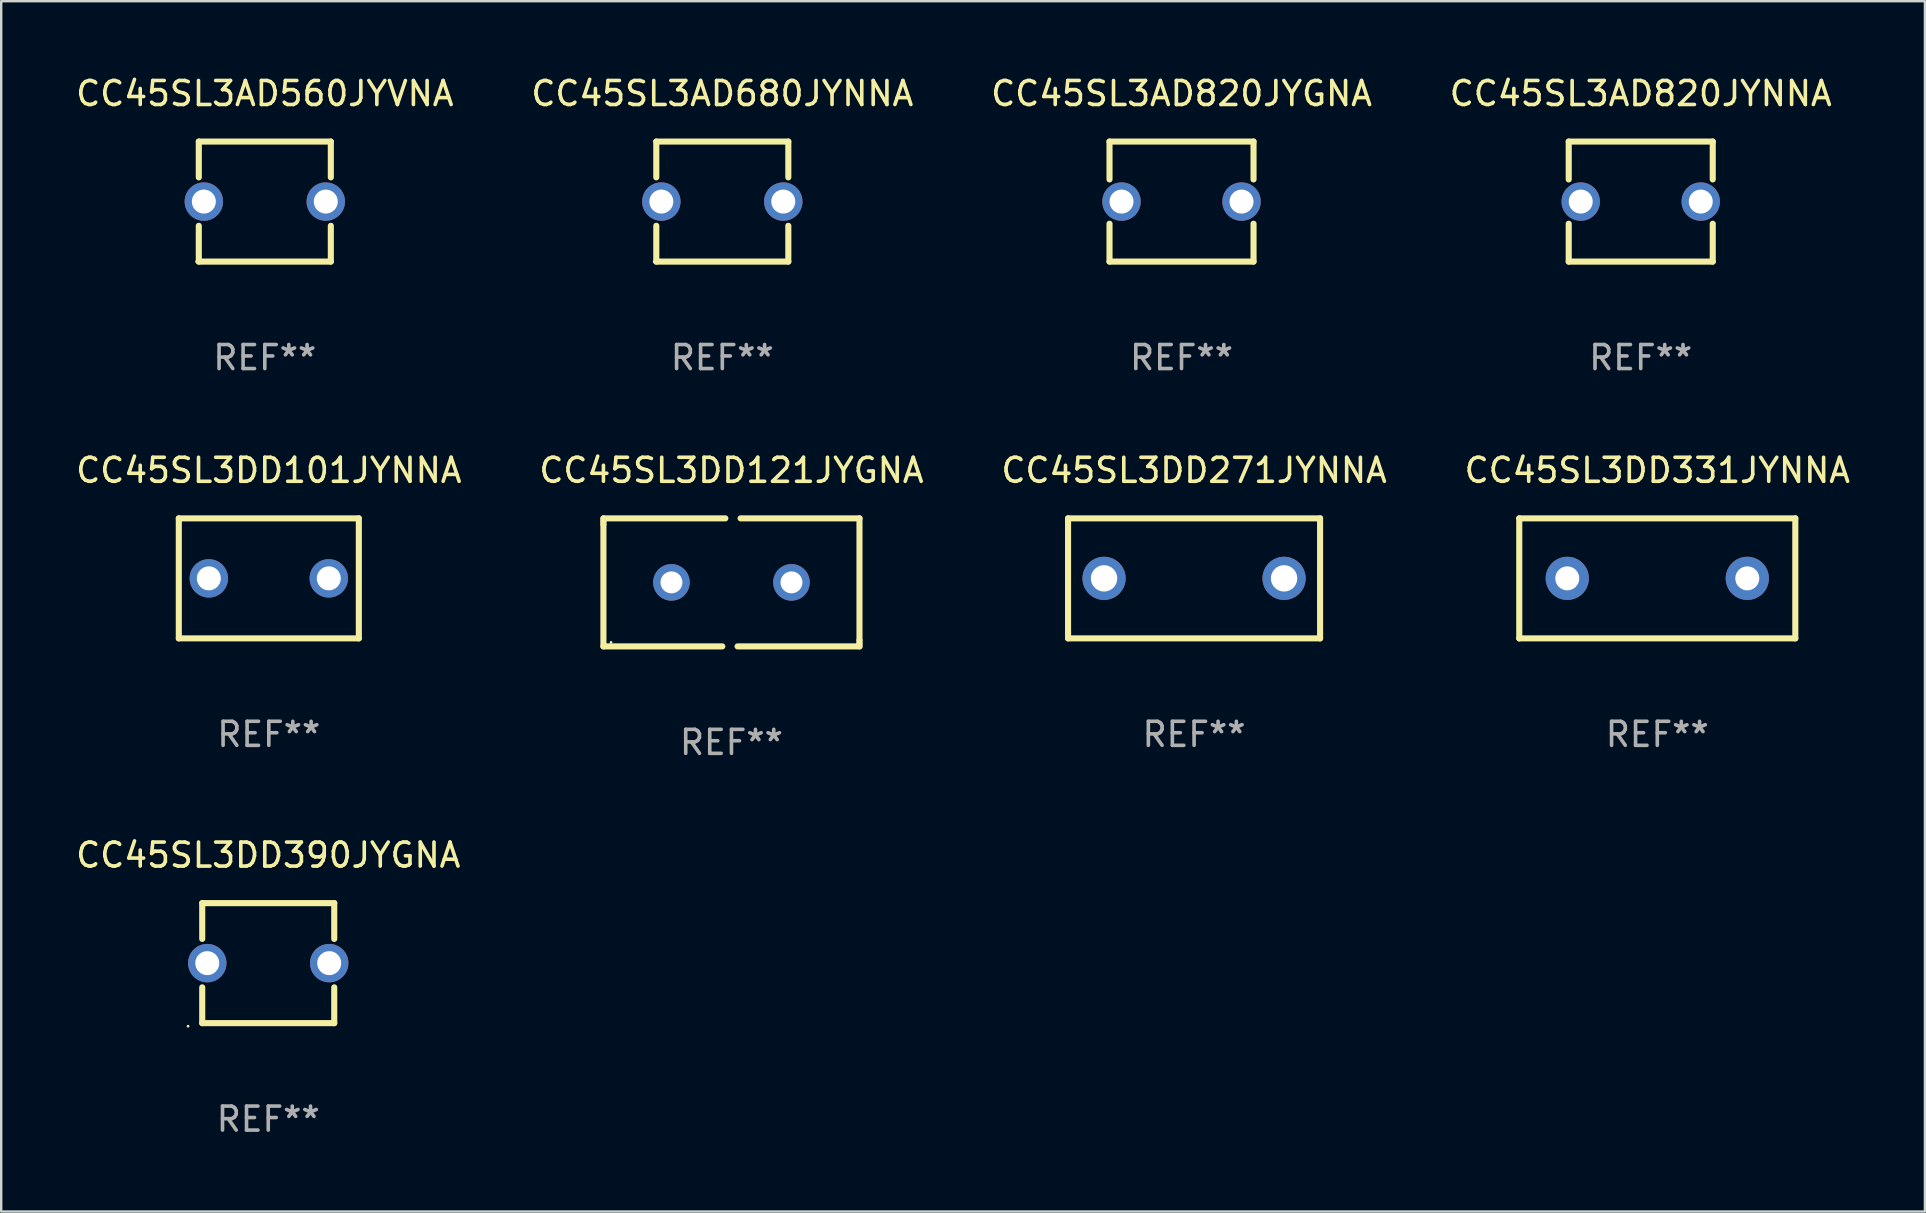
<source format=kicad_pcb>
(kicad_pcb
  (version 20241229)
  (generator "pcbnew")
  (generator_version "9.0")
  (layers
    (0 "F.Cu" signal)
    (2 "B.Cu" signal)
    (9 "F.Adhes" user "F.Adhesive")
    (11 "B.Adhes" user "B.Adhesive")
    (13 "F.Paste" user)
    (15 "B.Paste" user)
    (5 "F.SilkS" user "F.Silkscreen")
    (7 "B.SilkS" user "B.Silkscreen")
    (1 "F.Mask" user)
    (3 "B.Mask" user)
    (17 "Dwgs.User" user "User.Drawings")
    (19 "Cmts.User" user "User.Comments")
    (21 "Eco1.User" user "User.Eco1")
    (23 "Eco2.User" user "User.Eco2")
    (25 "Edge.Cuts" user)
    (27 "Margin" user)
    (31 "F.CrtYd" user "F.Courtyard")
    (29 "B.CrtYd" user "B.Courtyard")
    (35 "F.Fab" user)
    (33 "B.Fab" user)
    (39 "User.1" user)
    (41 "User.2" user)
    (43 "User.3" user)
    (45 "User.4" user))
  (footprint "CC45SL3AD560JYVNA"
    (layer "F.Cu")
    (at 7.982 5.348)
    (property "Reference" "CC45SL3AD560JYVNA" (at 0 -4.5 0) (layer "F.SilkS") (effects (font (size 1 1) (thickness 0.15))))
    (attr through_hole)
    (fp_line (start -2.75 -2.5) (end -2.75 -1.009) (stroke (width 0.254) (type solid)) (layer "F.SilkS"))
    (fp_line (start -2.75 -2.5) (end 2.75 -2.5) (stroke (width 0.254) (type solid)) (layer "F.SilkS"))
    (fp_line (start -2.75 1.009) (end -2.75 2.5) (stroke (width 0.254) (type solid)) (layer "F.SilkS"))
    (fp_line (start -2.75 2.5) (end 2.75 2.5) (stroke (width 0.254) (type solid)) (layer "F.SilkS"))
    (fp_line (start 2.75 -2.5) (end 2.75 -1.009) (stroke (width 0.254) (type solid)) (layer "F.SilkS"))
    (fp_line (start 2.75 1.009) (end 2.75 2.5) (stroke (width 0.254) (type solid)) (layer "F.SilkS"))
    (fp_circle (center -2.84 2.5) (end -2.81 2.5) (stroke (width 0.06) (type solid)) (fill no) (layer "F.SilkS"))
    (fp_text user "REF**" (at 0 6.5 0) (layer "F.Fab") (effects (font (size 1 1) (thickness 0.15))))
    (pad "1" thru_hole circle (at -2.54 0) (size 1.6 1.6) (drill 1) (layers "*.Cu" "*.Mask"))
    (pad "2" thru_hole circle (at 2.54 0) (size 1.6 1.6) (drill 1) (layers "*.Cu" "*.Mask")))
  (footprint "CC45SL3DD121JYGNA"
    (layer "F.Cu")
    (at 27.423 21.212)
    (property "Reference" "CC45SL3DD121JYGNA" (at 0 -4.667 0) (layer "F.SilkS") (effects (font (size 1 1) (thickness 0.15))))
    (attr through_hole)
    (fp_line (start -5.334 -2.667) (end -0.254 -2.667) (stroke (width 0.254) (type solid)) (layer "F.SilkS"))
    (fp_line (start -5.334 -2.54) (end -5.334 -2.667) (stroke (width 0.254) (type solid)) (layer "F.SilkS"))
    (fp_line (start -5.334 -2.413) (end -5.334 -2.54) (stroke (width 0.254) (type solid)) (layer "F.SilkS"))
    (fp_line (start -5.334 2.667) (end -5.334 -2.413) (stroke (width 0.254) (type solid)) (layer "F.SilkS"))
    (fp_line (start -0.381 2.667) (end -5.334 2.667) (stroke (width 0.254) (type solid)) (layer "F.SilkS"))
    (fp_line (start 0.381 -2.667) (end 5.334 -2.667) (stroke (width 0.254) (type solid)) (layer "F.SilkS"))
    (fp_line (start 5.334 -2.667) (end 5.334 2.413) (stroke (width 0.254) (type solid)) (layer "F.SilkS"))
    (fp_line (start 5.334 2.413) (end 5.334 2.54) (stroke (width 0.254) (type solid)) (layer "F.SilkS"))
    (fp_line (start 5.334 2.54) (end 5.334 2.667) (stroke (width 0.254) (type solid)) (layer "F.SilkS"))
    (fp_line (start 5.334 2.667) (end 0.254 2.667) (stroke (width 0.254) (type solid)) (layer "F.SilkS"))
    (fp_circle (center -5.017 2.5) (end -4.987 2.5) (stroke (width 0.06) (type solid)) (fill no) (layer "F.SilkS"))
    (fp_text user "REF**" (at 0 6.667 0) (layer "F.Fab") (effects (font (size 1 1) (thickness 0.15))))
    (pad "1" thru_hole circle (at -2.5 0) (size 1.524 1.524) (drill 0.914) (layers "*.Cu" "*.Mask"))
    (pad "2" thru_hole circle (at 2.5 0) (size 1.524 1.524) (drill 0.914) (layers "*.Cu" "*.Mask")))
  (footprint "CC45SL3AD820JYGNA"
    (layer "F.Cu")
    (at 46.173 5.348)
    (property "Reference" "CC45SL3AD820JYGNA" (at 0 -4.5 0) (layer "F.SilkS") (effects (font (size 1 1) (thickness 0.15))))
    (attr through_hole)
    (fp_line (start -3 -2.5) (end -3 -0.923) (stroke (width 0.254) (type solid)) (layer "F.SilkS"))
    (fp_line (start -3 -2.5) (end 3 -2.5) (stroke (width 0.254) (type solid)) (layer "F.SilkS"))
    (fp_line (start -3 0.923) (end -3 2.5) (stroke (width 0.254) (type solid)) (layer "F.SilkS"))
    (fp_line (start 3 -2.5) (end 3 -0.923) (stroke (width 0.254) (type solid)) (layer "F.SilkS"))
    (fp_line (start 3 0.923) (end 3 2.5) (stroke (width 0.254) (type solid)) (layer "F.SilkS"))
    (fp_line (start 3 2.5) (end -3 2.5) (stroke (width 0.254) (type solid)) (layer "F.SilkS"))
    (fp_circle (center -3 2.5) (end -2.97 2.5) (stroke (width 0.06) (type solid)) (fill no) (layer "F.SilkS"))
    (fp_text user "REF**" (at 0 6.5 0) (layer "F.Fab") (effects (font (size 1 1) (thickness 0.15))))
    (pad "1" thru_hole circle (at -2.5 0) (size 1.6 1.6) (drill 1) (layers "*.Cu" "*.Mask"))
    (pad "2" thru_hole circle (at 2.5 0) (size 1.6 1.6) (drill 1) (layers "*.Cu" "*.Mask")))
  (footprint "CC45SL3AD680JYNNA"
    (layer "F.Cu")
    (at 27.042 5.348)
    (property "Reference" "CC45SL3AD680JYNNA" (at 0 -4.5 0) (layer "F.SilkS") (effects (font (size 1 1) (thickness 0.15))))
    (attr through_hole)
    (fp_line (start -2.75 -2.5) (end -2.75 -1.009) (stroke (width 0.254) (type solid)) (layer "F.SilkS"))
    (fp_line (start -2.75 -2.5) (end 2.75 -2.5) (stroke (width 0.254) (type solid)) (layer "F.SilkS"))
    (fp_line (start -2.75 1.009) (end -2.75 2.5) (stroke (width 0.254) (type solid)) (layer "F.SilkS"))
    (fp_line (start -2.75 2.5) (end 2.75 2.5) (stroke (width 0.254) (type solid)) (layer "F.SilkS"))
    (fp_line (start 2.75 -2.5) (end 2.75 -1.009) (stroke (width 0.254) (type solid)) (layer "F.SilkS"))
    (fp_line (start 2.75 1.009) (end 2.75 2.5) (stroke (width 0.254) (type solid)) (layer "F.SilkS"))
    (fp_circle (center -2.84 2.5) (end -2.81 2.5) (stroke (width 0.06) (type solid)) (fill no) (layer "F.SilkS"))
    (fp_text user "REF**" (at 0 6.5 0) (layer "F.Fab") (effects (font (size 1 1) (thickness 0.15))))
    (pad "1" thru_hole circle (at -2.54 0) (size 1.6 1.6) (drill 1) (layers "*.Cu" "*.Mask"))
    (pad "2" thru_hole circle (at 2.54 0) (size 1.6 1.6) (drill 1) (layers "*.Cu" "*.Mask")))
  (footprint "CC45SL3DD390JYGNA"
    (layer "F.Cu")
    (at 8.125 37.075)
    (property "Reference" "CC45SL3DD390JYGNA" (at 0 -4.5 0) (layer "F.SilkS") (effects (font (size 1 1) (thickness 0.15))))
    (attr through_hole)
    (fp_line (start -2.75 -2.5) (end -2.75 -1.009) (stroke (width 0.254) (type solid)) (layer "F.SilkS"))
    (fp_line (start -2.75 -2.5) (end 2.75 -2.5) (stroke (width 0.254) (type solid)) (layer "F.SilkS"))
    (fp_line (start -2.75 1.009) (end -2.75 2.5) (stroke (width 0.254) (type solid)) (layer "F.SilkS"))
    (fp_line (start -2.75 2.5) (end 2.75 2.5) (stroke (width 0.254) (type solid)) (layer "F.SilkS"))
    (fp_line (start 2.75 -2.5) (end 2.75 -1.009) (stroke (width 0.254) (type solid)) (layer "F.SilkS"))
    (fp_line (start 2.75 1.009) (end 2.75 2.5) (stroke (width 0.254) (type solid)) (layer "F.SilkS"))
    (fp_circle (center -3.34 2.627) (end -3.31 2.627) (stroke (width 0.06) (type solid)) (fill no) (layer "F.SilkS"))
    (fp_text user "REF**" (at 0 6.5 0) (layer "F.Fab") (effects (font (size 1 1) (thickness 0.15))))
    (pad "1" thru_hole circle (at -2.54 0) (size 1.6 1.6) (drill 1) (layers "*.Cu" "*.Mask"))
    (pad "2" thru_hole circle (at 2.54 0) (size 1.6 1.6) (drill 1) (layers "*.Cu" "*.Mask")))
  (footprint "CC45SL3DD271JYNNA"
    (layer "F.Cu")
    (at 46.696 21.045)
    (property "Reference" "CC45SL3DD271JYNNA" (at 0 -4.5 0) (layer "F.SilkS") (effects (font (size 1 1) (thickness 0.15))))
    (attr through_hole)
    (fp_line (start -5.25 -2.5) (end 5.25 -2.5) (stroke (width 0.254) (type solid)) (layer "F.SilkS"))
    (fp_line (start -5.25 2.5) (end -5.25 -2.5) (stroke (width 0.254) (type solid)) (layer "F.SilkS"))
    (fp_line (start 5.25 -2.5) (end 5.25 2.5) (stroke (width 0.254) (type solid)) (layer "F.SilkS"))
    (fp_line (start 5.25 2.5) (end -5.25 2.5) (stroke (width 0.254) (type solid)) (layer "F.SilkS"))
    (fp_circle (center -5.25 2.5) (end -5.22 2.5) (stroke (width 0.06) (type solid)) (fill no) (layer "F.SilkS"))
    (fp_text user "REF**" (at 0 6.5 0) (layer "F.Fab") (effects (font (size 1 1) (thickness 0.15))))
    (pad "1" thru_hole circle (at -3.75 0) (size 1.8 1.8) (drill 1.1) (layers "*.Cu" "*.Mask"))
    (pad "2" thru_hole circle (at 3.75 0) (size 1.8 1.8) (drill 1.1) (layers "*.Cu" "*.Mask")))
  (footprint "CC45SL3DD331JYNNA"
    (layer "F.Cu")
    (at 65.994 21.045)
    (property "Reference" "CC45SL3DD331JYNNA" (at 0 -4.5 0) (layer "F.SilkS") (effects (font (size 1 1) (thickness 0.15))))
    (attr through_hole)
    (fp_line (start -5.75 -2.5) (end 5.75 -2.5) (stroke (width 0.254) (type solid)) (layer "F.SilkS"))
    (fp_line (start -5.75 2.5) (end -5.75 -2.5) (stroke (width 0.254) (type solid)) (layer "F.SilkS"))
    (fp_line (start 5.75 -2.5) (end 5.75 2.5) (stroke (width 0.254) (type solid)) (layer "F.SilkS"))
    (fp_line (start 5.75 2.5) (end -5.75 2.5) (stroke (width 0.254) (type solid)) (layer "F.SilkS"))
    (fp_circle (center -5.75 2.5) (end -5.72 2.5) (stroke (width 0.06) (type solid)) (fill no) (layer "F.SilkS"))
    (fp_text user "REF**" (at 0 6.5 0) (layer "F.Fab") (effects (font (size 1 1) (thickness 0.15))))
    (pad "1" thru_hole circle (at -3.75 0) (size 1.8 1.8) (drill 1) (layers "*.Cu" "*.Mask"))
    (pad "2" thru_hole circle (at 3.75 0) (size 1.8 1.8) (drill 1) (layers "*.Cu" "*.Mask")))
  (footprint "CC45SL3AD820JYNNA"
    (layer "F.Cu")
    (at 65.304 5.348)
    (property "Reference" "CC45SL3AD820JYNNA" (at 0 -4.5 0) (layer "F.SilkS") (effects (font (size 1 1) (thickness 0.15))))
    (attr through_hole)
    (fp_line (start -3 -2.5) (end -3 -0.923) (stroke (width 0.254) (type solid)) (layer "F.SilkS"))
    (fp_line (start -3 -2.5) (end 3 -2.5) (stroke (width 0.254) (type solid)) (layer "F.SilkS"))
    (fp_line (start -3 0.923) (end -3 2.5) (stroke (width 0.254) (type solid)) (layer "F.SilkS"))
    (fp_line (start 3 -2.5) (end 3 -0.923) (stroke (width 0.254) (type solid)) (layer "F.SilkS"))
    (fp_line (start 3 0.923) (end 3 2.5) (stroke (width 0.254) (type solid)) (layer "F.SilkS"))
    (fp_line (start 3 2.5) (end -3 2.5) (stroke (width 0.254) (type solid)) (layer "F.SilkS"))
    (fp_circle (center -3 2.5) (end -2.97 2.5) (stroke (width 0.06) (type solid)) (fill no) (layer "F.SilkS"))
    (fp_text user "REF**" (at 0 6.5 0) (layer "F.Fab") (effects (font (size 1 1) (thickness 0.15))))
    (pad "1" thru_hole circle (at -2.5 0) (size 1.6 1.6) (drill 1) (layers "*.Cu" "*.Mask"))
    (pad "2" thru_hole circle (at 2.5 0) (size 1.6 1.6) (drill 1) (layers "*.Cu" "*.Mask")))
  (footprint "CC45SL3DD101JYNNA"
    (layer "F.Cu")
    (at 8.149 21.045)
    (property "Reference" "CC45SL3DD101JYNNA" (at 0 -4.5 0) (layer "F.SilkS") (effects (font (size 1 1) (thickness 0.15))))
    (attr through_hole)
    (fp_line (start -3.75 -2.5) (end -3.75 2.5) (stroke (width 0.254) (type solid)) (layer "F.SilkS"))
    (fp_line (start -3.75 -2.5) (end 3.75 -2.5) (stroke (width 0.254) (type solid)) (layer "F.SilkS"))
    (fp_line (start -3.75 2.5) (end 3.75 2.5) (stroke (width 0.254) (type solid)) (layer "F.SilkS"))
    (fp_line (start 3.75 -2.5) (end 3.75 2.5) (stroke (width 0.254) (type solid)) (layer "F.SilkS"))
    (fp_circle (center -3.75 2.5) (end -3.72 2.5) (stroke (width 0.06) (type solid)) (fill no) (layer "F.SilkS"))
    (fp_text user "REF**" (at 0 6.5 0) (layer "F.Fab") (effects (font (size 1 1) (thickness 0.15))))
    (pad "1" thru_hole circle (at -2.499 0) (size 1.6 1.6) (drill 1) (layers "*.Cu" "*.Mask"))
    (pad "2" thru_hole circle (at 2.499 0) (size 1.6 1.6) (drill 1) (layers "*.Cu" "*.Mask")))
  (gr_rect
    (start -3 -3)
    (end 77.143 47.424)
    (stroke (width 0.1) (type default))
    (fill no)
    (layer "Edge.Cuts")))
</source>
